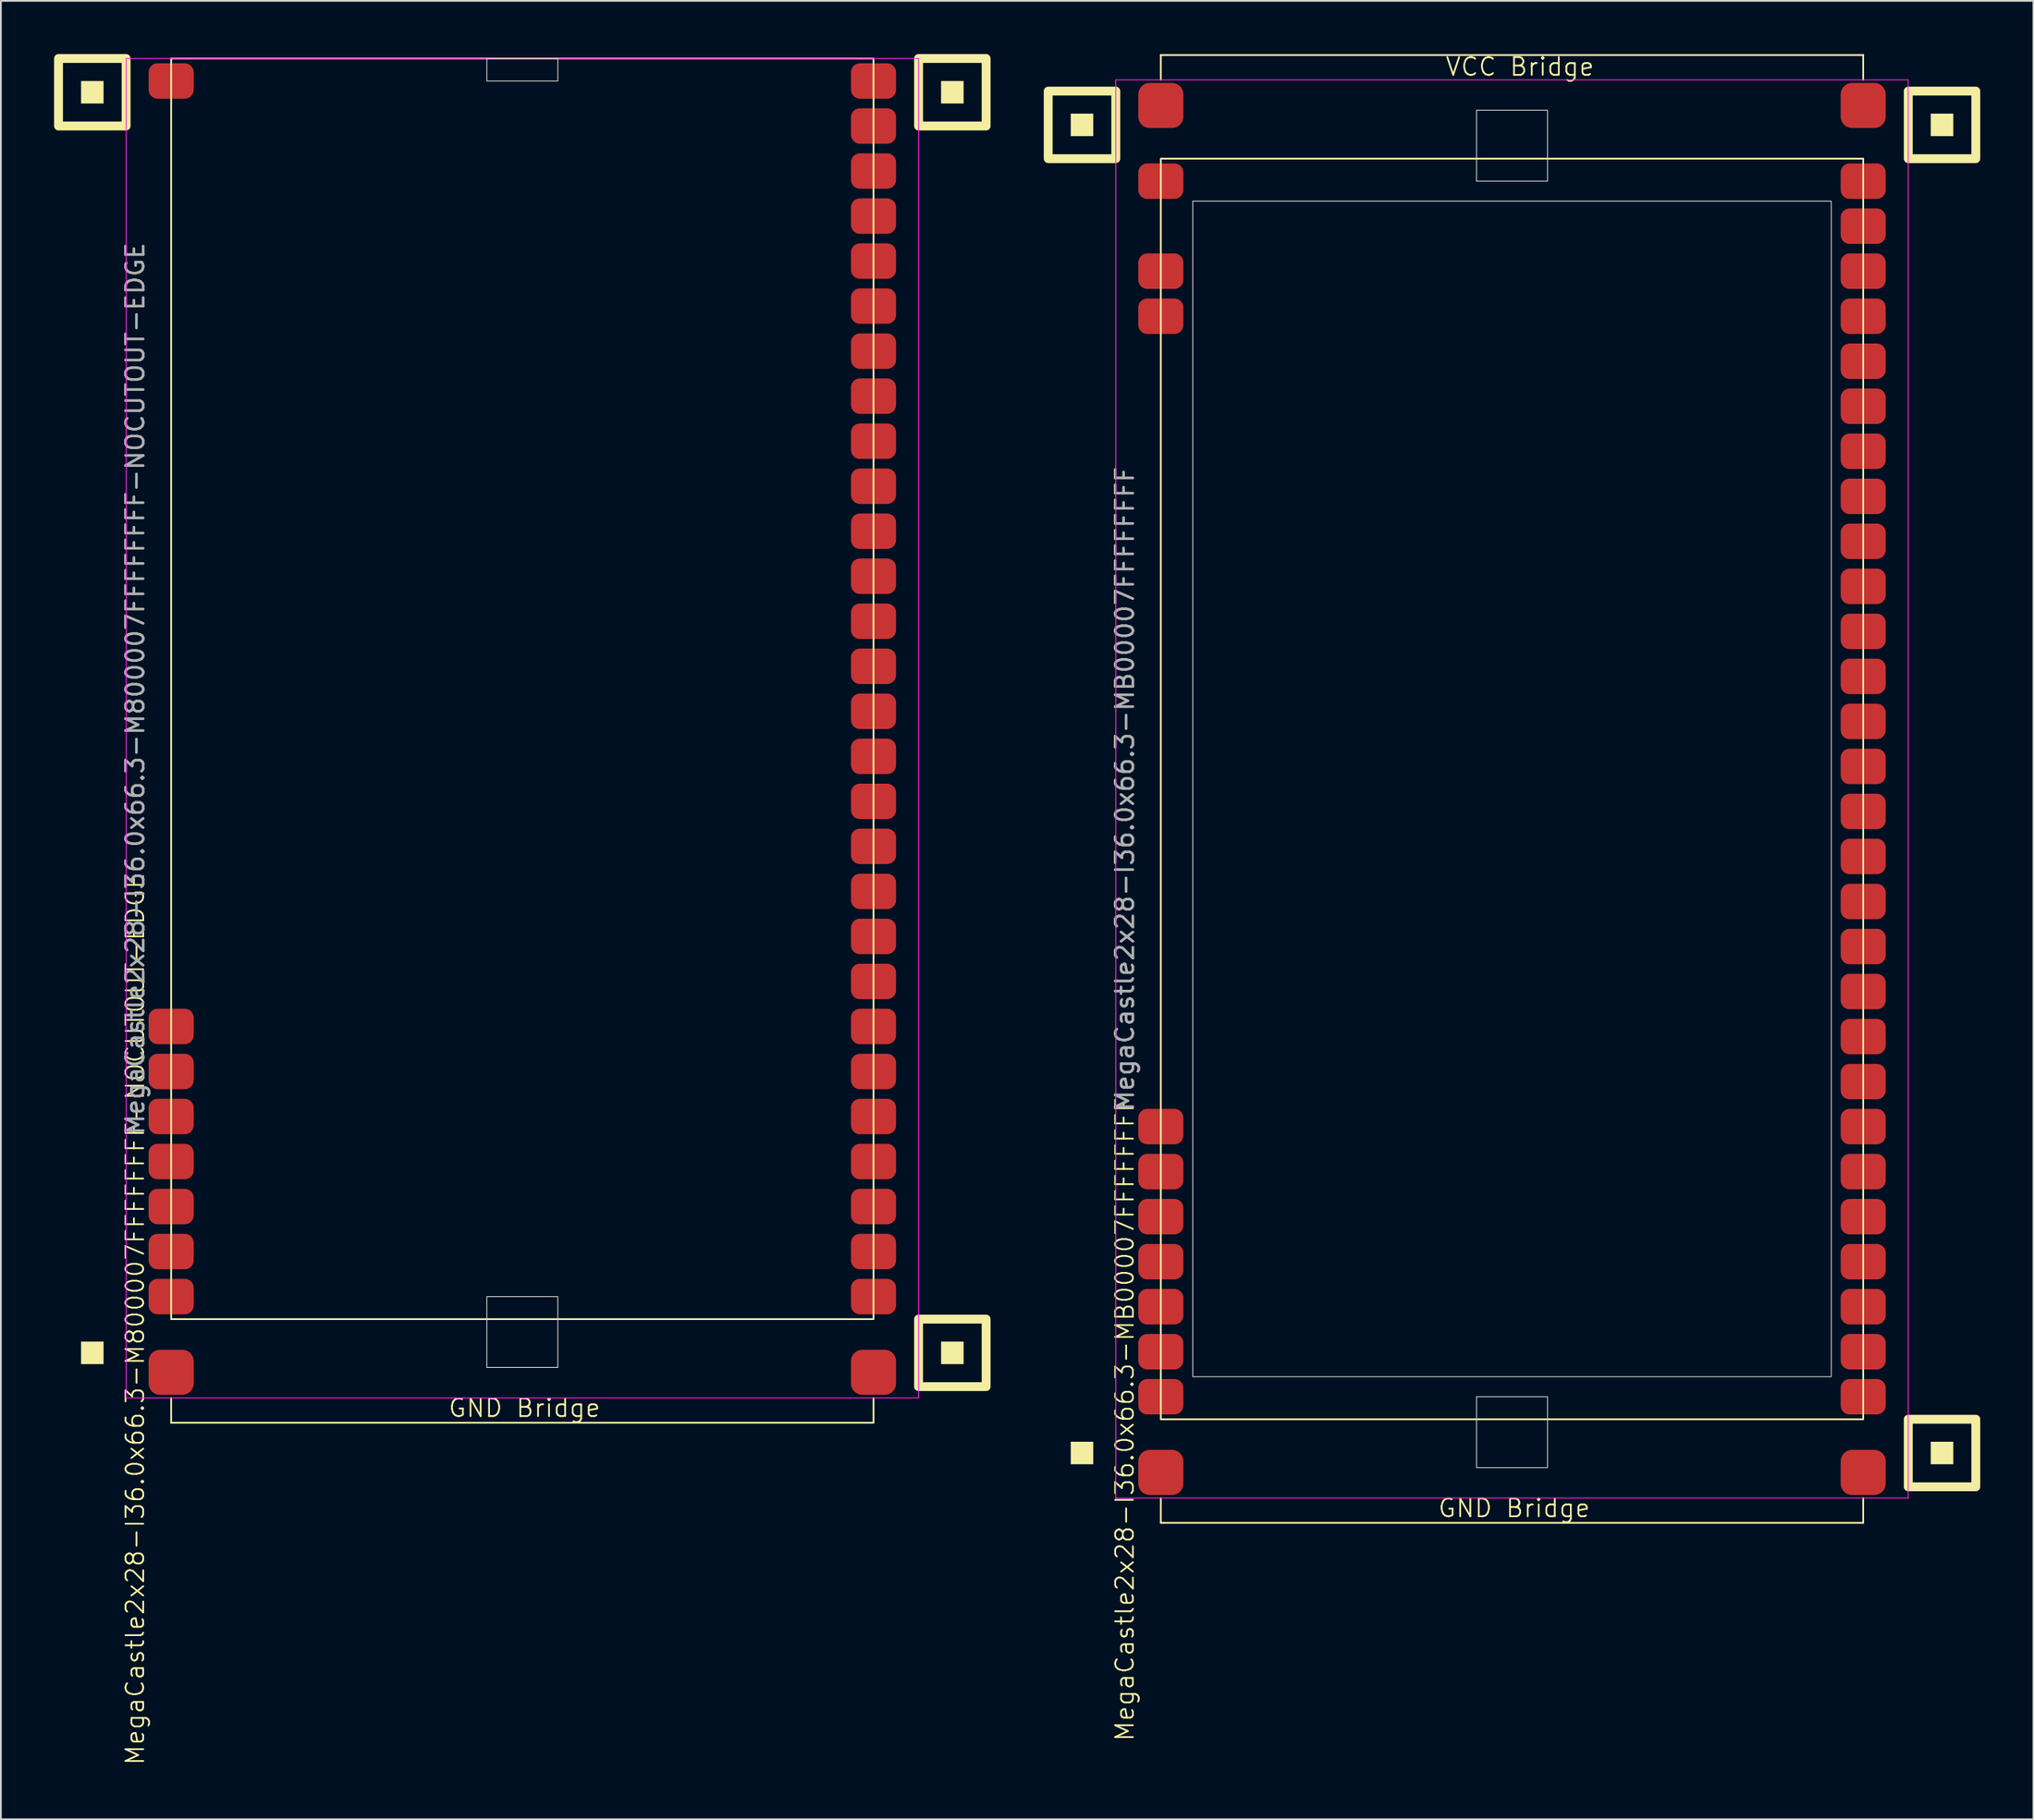
<source format=kicad_pcb>
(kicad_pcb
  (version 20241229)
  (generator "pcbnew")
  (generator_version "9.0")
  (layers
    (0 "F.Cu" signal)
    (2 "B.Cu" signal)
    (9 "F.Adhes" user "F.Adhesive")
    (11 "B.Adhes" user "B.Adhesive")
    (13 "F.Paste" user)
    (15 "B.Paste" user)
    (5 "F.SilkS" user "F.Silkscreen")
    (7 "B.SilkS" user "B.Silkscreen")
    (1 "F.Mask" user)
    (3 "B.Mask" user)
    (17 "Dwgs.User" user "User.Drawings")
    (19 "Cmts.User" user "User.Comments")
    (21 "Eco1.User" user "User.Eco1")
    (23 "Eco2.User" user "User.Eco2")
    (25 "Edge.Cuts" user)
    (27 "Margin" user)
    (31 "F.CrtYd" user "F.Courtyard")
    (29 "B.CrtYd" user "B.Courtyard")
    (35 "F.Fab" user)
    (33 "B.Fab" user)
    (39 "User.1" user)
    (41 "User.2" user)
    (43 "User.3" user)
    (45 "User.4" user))
  (footprint "MegaCastle2x28-I36.0x66.3-M800007FFFFFFFF-NOCUTOUT-EDGE"
    (layer "F.Cu")
    (at 26.4 35.81)
    (property "Reference" "MegaCastle2x28-I36.0x66.3-M800007FFFFFFFF-NOCUTOUT-EDGE" (at -21.832 35.56 90) (unlocked yes) (layer "F.SilkS") (effects (font (size 1 1) (thickness 0.1))))
    (attr smd)
    (fp_line (start -19.8 40.005) (end -19.8 41.405) (stroke (width 0.1) (type default)) (layer "F.SilkS"))
    (fp_line (start -19.8 41.405) (end 19.8 41.405) (stroke (width 0.1) (type default)) (layer "F.SilkS"))
    (fp_line (start 19.8 40.005) (end 19.8 41.405) (stroke (width 0.1) (type default)) (layer "F.SilkS"))
    (fp_rect (start -23.61 -33.02) (end -24.88 -34.29) (stroke (width 0) (type solid)) (fill yes) (layer "F.SilkS"))
    (fp_rect (start -23.61 38.1) (end -24.88 36.83) (stroke (width 0) (type solid)) (fill yes) (layer "F.SilkS"))
    (fp_rect (start -22.34 -31.75) (end -26.15 -35.56) (stroke (width 0.5) (type default)) (fill no) (layer "F.SilkS"))
    (fp_rect (start -19.8 -35.56) (end 19.8 35.56) (stroke (width 0.1) (type default)) (fill no) (layer "F.SilkS"))
    (fp_rect (start 24.88 -33.02) (end 23.61 -34.29) (stroke (width 0) (type solid)) (fill yes) (layer "F.SilkS"))
    (fp_rect (start 24.88 38.1) (end 23.61 36.83) (stroke (width 0) (type solid)) (fill yes) (layer "F.SilkS"))
    (fp_rect (start 26.15 -31.75) (end 22.34 -35.56) (stroke (width 0.5) (type default)) (fill no) (layer "F.SilkS"))
    (fp_rect (start 26.15 39.37) (end 22.34 35.56) (stroke (width 0.5) (type default)) (fill no) (layer "F.SilkS"))
    (fp_rect (start -2 -34.29) (end 2 -35.56) (stroke (width 0.05) (type default)) (fill no) (layer "Edge.Cuts"))
    (fp_rect (start -2 34.29) (end 2 38.29) (stroke (width 0.05) (type default)) (fill no) (layer "Edge.Cuts"))
    (fp_line (start -22.34 -35.56) (end -22.34 40.005) (stroke (width 0.05) (type default)) (layer "F.CrtYd"))
    (fp_line (start -22.34 40.005) (end 22.34 40.005) (stroke (width 0.05) (type default)) (layer "F.CrtYd"))
    (fp_line (start 22.34 -35.56) (end -22.34 -35.56) (stroke (width 0.05) (type default)) (layer "F.CrtYd"))
    (fp_line (start 22.34 -35.56) (end 22.34 40.005) (stroke (width 0.05) (type default)) (layer "F.CrtYd"))
    (fp_text user "GND Bridge" (at -4.226 41.16 0) (unlocked yes) (layer "F.SilkS") (effects (font (size 1 1) (thickness 0.1)) (justify left bottom)))
    (fp_text user "${REFERENCE}" (at -21.832 0 90) (unlocked yes) (layer "F.Fab") (effects (font (size 1 1) (thickness 0.15))))
    (pad "1" smd roundrect (at -19.8 -34.29) (size 2.54 2) (layers "F.Cu" "F.Mask" "F.Paste") (roundrect_rratio 0.25))
    (pad "22" smd roundrect (at -19.8 19.05) (size 2.54 2) (layers "F.Cu" "F.Mask" "F.Paste") (roundrect_rratio 0.25))
    (pad "23" smd roundrect (at -19.8 21.59) (size 2.54 2) (layers "F.Cu" "F.Mask" "F.Paste") (roundrect_rratio 0.25))
    (pad "24" smd roundrect (at -19.8 24.13) (size 2.54 2) (layers "F.Cu" "F.Mask" "F.Paste") (roundrect_rratio 0.25))
    (pad "25" smd roundrect (at -19.8 26.67) (size 2.54 2) (layers "F.Cu" "F.Mask" "F.Paste") (roundrect_rratio 0.25))
    (pad "26" smd roundrect (at -19.8 29.21) (size 2.54 2) (layers "F.Cu" "F.Mask" "F.Paste") (roundrect_rratio 0.25))
    (pad "27" smd roundrect (at -19.8 31.75) (size 2.54 2) (layers "F.Cu" "F.Mask" "F.Paste") (roundrect_rratio 0.25))
    (pad "28" smd roundrect (at -19.8 34.29) (size 2.54 2) (layers "F.Cu" "F.Mask" "F.Paste") (roundrect_rratio 0.25))
    (pad "29" smd roundrect (at 19.8 -34.29) (size 2.54 2) (layers "F.Cu" "F.Mask" "F.Paste") (roundrect_rratio 0.25))
    (pad "30" smd roundrect (at 19.8 -31.75) (size 2.54 2) (layers "F.Cu" "F.Mask" "F.Paste") (roundrect_rratio 0.25))
    (pad "31" smd roundrect (at 19.8 -29.21) (size 2.54 2) (layers "F.Cu" "F.Mask" "F.Paste") (roundrect_rratio 0.25))
    (pad "32" smd roundrect (at 19.8 -26.67) (size 2.54 2) (layers "F.Cu" "F.Mask" "F.Paste") (roundrect_rratio 0.25))
    (pad "33" smd roundrect (at 19.8 -24.13) (size 2.54 2) (layers "F.Cu" "F.Mask" "F.Paste") (roundrect_rratio 0.25))
    (pad "34" smd roundrect (at 19.8 -21.59) (size 2.54 2) (layers "F.Cu" "F.Mask" "F.Paste") (roundrect_rratio 0.25))
    (pad "35" smd roundrect (at 19.8 -19.05) (size 2.54 2) (layers "F.Cu" "F.Mask" "F.Paste") (roundrect_rratio 0.25))
    (pad "36" smd roundrect (at 19.8 -16.51) (size 2.54 2) (layers "F.Cu" "F.Mask" "F.Paste") (roundrect_rratio 0.25))
    (pad "37" smd roundrect (at 19.8 -13.97) (size 2.54 2) (layers "F.Cu" "F.Mask" "F.Paste") (roundrect_rratio 0.25))
    (pad "38" smd roundrect (at 19.8 -11.43) (size 2.54 2) (layers "F.Cu" "F.Mask" "F.Paste") (roundrect_rratio 0.25))
    (pad "39" smd roundrect (at 19.8 -8.89) (size 2.54 2) (layers "F.Cu" "F.Mask" "F.Paste") (roundrect_rratio 0.25))
    (pad "40" smd roundrect (at 19.8 -6.35) (size 2.54 2) (layers "F.Cu" "F.Mask" "F.Paste") (roundrect_rratio 0.25))
    (pad "41" smd roundrect (at 19.8 -3.81) (size 2.54 2) (layers "F.Cu" "F.Mask" "F.Paste") (roundrect_rratio 0.25))
    (pad "42" smd roundrect (at 19.8 -1.27) (size 2.54 2) (layers "F.Cu" "F.Mask" "F.Paste") (roundrect_rratio 0.25))
    (pad "43" smd roundrect (at 19.8 1.27) (size 2.54 2) (layers "F.Cu" "F.Mask" "F.Paste") (roundrect_rratio 0.25))
    (pad "44" smd roundrect (at 19.8 3.81) (size 2.54 2) (layers "F.Cu" "F.Mask" "F.Paste") (roundrect_rratio 0.25))
    (pad "45" smd roundrect (at 19.8 6.35) (size 2.54 2) (layers "F.Cu" "F.Mask" "F.Paste") (roundrect_rratio 0.25))
    (pad "46" smd roundrect (at 19.8 8.89) (size 2.54 2) (layers "F.Cu" "F.Mask" "F.Paste") (roundrect_rratio 0.25))
    (pad "47" smd roundrect (at 19.8 11.43) (size 2.54 2) (layers "F.Cu" "F.Mask" "F.Paste") (roundrect_rratio 0.25))
    (pad "48" smd roundrect (at 19.8 13.97) (size 2.54 2) (layers "F.Cu" "F.Mask" "F.Paste") (roundrect_rratio 0.25))
    (pad "49" smd roundrect (at 19.8 16.51) (size 2.54 2) (layers "F.Cu" "F.Mask" "F.Paste") (roundrect_rratio 0.25))
    (pad "50" smd roundrect (at 19.8 19.05) (size 2.54 2) (layers "F.Cu" "F.Mask" "F.Paste") (roundrect_rratio 0.25))
    (pad "51" smd roundrect (at 19.8 21.59) (size 2.54 2) (layers "F.Cu" "F.Mask" "F.Paste") (roundrect_rratio 0.25))
    (pad "52" smd roundrect (at 19.8 24.13) (size 2.54 2) (layers "F.Cu" "F.Mask" "F.Paste") (roundrect_rratio 0.25))
    (pad "53" smd roundrect (at 19.8 26.67) (size 2.54 2) (layers "F.Cu" "F.Mask" "F.Paste") (roundrect_rratio 0.25))
    (pad "54" smd roundrect (at 19.8 29.21) (size 2.54 2) (layers "F.Cu" "F.Mask" "F.Paste") (roundrect_rratio 0.25))
    (pad "55" smd roundrect (at 19.8 31.75) (size 2.54 2) (layers "F.Cu" "F.Mask" "F.Paste") (roundrect_rratio 0.25))
    (pad "56" smd roundrect (at 19.8 34.29) (size 2.54 2) (layers "F.Cu" "F.Mask" "F.Paste") (roundrect_rratio 0.25))
    (pad "B1" smd roundrect (at -19.8 38.56) (size 2.54 2.54) (layers "F.Cu" "F.Mask" "F.Paste") (roundrect_rratio 0.25))
    (pad "B2" smd roundrect (at 19.8 38.56) (size 2.54 2.54) (layers "F.Cu" "F.Mask" "F.Paste") (roundrect_rratio 0.25)))
  (footprint "MegaCastle2x28-I36.0x66.3-MB00007FFFFFFFF"
    (layer "F.Cu")
    (at 82.2 41.46)
    (property "Reference" "MegaCastle2x28-I36.0x66.3-MB00007FFFFFFFF" (at -21.832 35.56 90) (unlocked yes) (layer "F.SilkS") (effects (font (size 1 1) (thickness 0.1))))
    (attr smd)
    (fp_line (start -19.8 -41.405) (end 19.8 -41.405) (stroke (width 0.1) (type default)) (layer "F.SilkS"))
    (fp_line (start -19.8 -40.005) (end -19.8 -41.405) (stroke (width 0.1) (type default)) (layer "F.SilkS"))
    (fp_line (start -19.8 40.005) (end -19.8 41.405) (stroke (width 0.1) (type default)) (layer "F.SilkS"))
    (fp_line (start -19.8 41.405) (end 19.8 41.405) (stroke (width 0.1) (type default)) (layer "F.SilkS"))
    (fp_line (start 19.8 -40.005) (end 19.8 -41.405) (stroke (width 0.1) (type default)) (layer "F.SilkS"))
    (fp_line (start 19.8 40.005) (end 19.8 41.405) (stroke (width 0.1) (type default)) (layer "F.SilkS"))
    (fp_rect (start -23.61 -36.83) (end -24.88 -38.1) (stroke (width 0) (type solid)) (fill yes) (layer "F.SilkS"))
    (fp_rect (start -23.61 38.1) (end -24.88 36.83) (stroke (width 0) (type solid)) (fill yes) (layer "F.SilkS"))
    (fp_rect (start -22.34 -35.56) (end -26.15 -39.37) (stroke (width 0.5) (type default)) (fill no) (layer "F.SilkS"))
    (fp_rect (start -19.8 -35.56) (end 19.8 35.56) (stroke (width 0.1) (type default)) (fill no) (layer "F.SilkS"))
    (fp_rect (start 24.88 -36.83) (end 23.61 -38.1) (stroke (width 0) (type solid)) (fill yes) (layer "F.SilkS"))
    (fp_rect (start 24.88 38.1) (end 23.61 36.83) (stroke (width 0) (type solid)) (fill yes) (layer "F.SilkS"))
    (fp_rect (start 26.15 -35.56) (end 22.34 -39.37) (stroke (width 0.5) (type default)) (fill no) (layer "F.SilkS"))
    (fp_rect (start 26.15 39.37) (end 22.34 35.56) (stroke (width 0.5) (type default)) (fill no) (layer "F.SilkS"))
    (fp_rect (start -18 -33.16) (end 18 33.16) (stroke (width 0.05) (type default)) (fill no) (layer "Edge.Cuts"))
    (fp_rect (start -2 -34.29) (end 2 -38.29) (stroke (width 0.05) (type default)) (fill no) (layer "Edge.Cuts"))
    (fp_rect (start -2 34.29) (end 2 38.29) (stroke (width 0.05) (type default)) (fill no) (layer "Edge.Cuts"))
    (fp_line (start -22.34 -40.005) (end -22.34 40.005) (stroke (width 0.05) (type default)) (layer "F.CrtYd"))
    (fp_line (start -22.34 40.005) (end 22.34 40.005) (stroke (width 0.05) (type default)) (layer "F.CrtYd"))
    (fp_line (start 22.34 -40.005) (end -22.34 -40.005) (stroke (width 0.05) (type default)) (layer "F.CrtYd"))
    (fp_line (start 22.34 -40.005) (end 22.34 40.005) (stroke (width 0.05) (type default)) (layer "F.CrtYd"))
    (fp_text user "VCC Bridge" (at -3.81 -40.16 0) (unlocked yes) (layer "F.SilkS") (effects (font (size 1 1) (thickness 0.1)) (justify left bottom)))
    (fp_text user "GND Bridge" (at -4.226 41.16 0) (unlocked yes) (layer "F.SilkS") (effects (font (size 1 1) (thickness 0.1)) (justify left bottom)))
    (fp_text user "${REFERENCE}" (at -21.832 0 90) (unlocked yes) (layer "F.Fab") (effects (font (size 1 1) (thickness 0.15))))
    (pad "1" smd roundrect (at -19.8 -34.29) (size 2.54 2) (layers "F.Cu" "F.Mask" "F.Paste") (roundrect_rratio 0.25))
    (pad "3" smd roundrect (at -19.8 -29.21) (size 2.54 2) (layers "F.Cu" "F.Mask" "F.Paste") (roundrect_rratio 0.25))
    (pad "4" smd roundrect (at -19.8 -26.67) (size 2.54 2) (layers "F.Cu" "F.Mask" "F.Paste") (roundrect_rratio 0.25))
    (pad "22" smd roundrect (at -19.8 19.05) (size 2.54 2) (layers "F.Cu" "F.Mask" "F.Paste") (roundrect_rratio 0.25))
    (pad "23" smd roundrect (at -19.8 21.59) (size 2.54 2) (layers "F.Cu" "F.Mask" "F.Paste") (roundrect_rratio 0.25))
    (pad "24" smd roundrect (at -19.8 24.13) (size 2.54 2) (layers "F.Cu" "F.Mask" "F.Paste") (roundrect_rratio 0.25))
    (pad "25" smd roundrect (at -19.8 26.67) (size 2.54 2) (layers "F.Cu" "F.Mask" "F.Paste") (roundrect_rratio 0.25))
    (pad "26" smd roundrect (at -19.8 29.21) (size 2.54 2) (layers "F.Cu" "F.Mask" "F.Paste") (roundrect_rratio 0.25))
    (pad "27" smd roundrect (at -19.8 31.75) (size 2.54 2) (layers "F.Cu" "F.Mask" "F.Paste") (roundrect_rratio 0.25))
    (pad "28" smd roundrect (at -19.8 34.29) (size 2.54 2) (layers "F.Cu" "F.Mask" "F.Paste") (roundrect_rratio 0.25))
    (pad "29" smd roundrect (at 19.8 -34.29) (size 2.54 2) (layers "F.Cu" "F.Mask" "F.Paste") (roundrect_rratio 0.25))
    (pad "30" smd roundrect (at 19.8 -31.75) (size 2.54 2) (layers "F.Cu" "F.Mask" "F.Paste") (roundrect_rratio 0.25))
    (pad "31" smd roundrect (at 19.8 -29.21) (size 2.54 2) (layers "F.Cu" "F.Mask" "F.Paste") (roundrect_rratio 0.25))
    (pad "32" smd roundrect (at 19.8 -26.67) (size 2.54 2) (layers "F.Cu" "F.Mask" "F.Paste") (roundrect_rratio 0.25))
    (pad "33" smd roundrect (at 19.8 -24.13) (size 2.54 2) (layers "F.Cu" "F.Mask" "F.Paste") (roundrect_rratio 0.25))
    (pad "34" smd roundrect (at 19.8 -21.59) (size 2.54 2) (layers "F.Cu" "F.Mask" "F.Paste") (roundrect_rratio 0.25))
    (pad "35" smd roundrect (at 19.8 -19.05) (size 2.54 2) (layers "F.Cu" "F.Mask" "F.Paste") (roundrect_rratio 0.25))
    (pad "36" smd roundrect (at 19.8 -16.51) (size 2.54 2) (layers "F.Cu" "F.Mask" "F.Paste") (roundrect_rratio 0.25))
    (pad "37" smd roundrect (at 19.8 -13.97) (size 2.54 2) (layers "F.Cu" "F.Mask" "F.Paste") (roundrect_rratio 0.25))
    (pad "38" smd roundrect (at 19.8 -11.43) (size 2.54 2) (layers "F.Cu" "F.Mask" "F.Paste") (roundrect_rratio 0.25))
    (pad "39" smd roundrect (at 19.8 -8.89) (size 2.54 2) (layers "F.Cu" "F.Mask" "F.Paste") (roundrect_rratio 0.25))
    (pad "40" smd roundrect (at 19.8 -6.35) (size 2.54 2) (layers "F.Cu" "F.Mask" "F.Paste") (roundrect_rratio 0.25))
    (pad "41" smd roundrect (at 19.8 -3.81) (size 2.54 2) (layers "F.Cu" "F.Mask" "F.Paste") (roundrect_rratio 0.25))
    (pad "42" smd roundrect (at 19.8 -1.27) (size 2.54 2) (layers "F.Cu" "F.Mask" "F.Paste") (roundrect_rratio 0.25))
    (pad "43" smd roundrect (at 19.8 1.27) (size 2.54 2) (layers "F.Cu" "F.Mask" "F.Paste") (roundrect_rratio 0.25))
    (pad "44" smd roundrect (at 19.8 3.81) (size 2.54 2) (layers "F.Cu" "F.Mask" "F.Paste") (roundrect_rratio 0.25))
    (pad "45" smd roundrect (at 19.8 6.35) (size 2.54 2) (layers "F.Cu" "F.Mask" "F.Paste") (roundrect_rratio 0.25))
    (pad "46" smd roundrect (at 19.8 8.89) (size 2.54 2) (layers "F.Cu" "F.Mask" "F.Paste") (roundrect_rratio 0.25))
    (pad "47" smd roundrect (at 19.8 11.43) (size 2.54 2) (layers "F.Cu" "F.Mask" "F.Paste") (roundrect_rratio 0.25))
    (pad "48" smd roundrect (at 19.8 13.97) (size 2.54 2) (layers "F.Cu" "F.Mask" "F.Paste") (roundrect_rratio 0.25))
    (pad "49" smd roundrect (at 19.8 16.51) (size 2.54 2) (layers "F.Cu" "F.Mask" "F.Paste") (roundrect_rratio 0.25))
    (pad "50" smd roundrect (at 19.8 19.05) (size 2.54 2) (layers "F.Cu" "F.Mask" "F.Paste") (roundrect_rratio 0.25))
    (pad "51" smd roundrect (at 19.8 21.59) (size 2.54 2) (layers "F.Cu" "F.Mask" "F.Paste") (roundrect_rratio 0.25))
    (pad "52" smd roundrect (at 19.8 24.13) (size 2.54 2) (layers "F.Cu" "F.Mask" "F.Paste") (roundrect_rratio 0.25))
    (pad "53" smd roundrect (at 19.8 26.67) (size 2.54 2) (layers "F.Cu" "F.Mask" "F.Paste") (roundrect_rratio 0.25))
    (pad "54" smd roundrect (at 19.8 29.21) (size 2.54 2) (layers "F.Cu" "F.Mask" "F.Paste") (roundrect_rratio 0.25))
    (pad "55" smd roundrect (at 19.8 31.75) (size 2.54 2) (layers "F.Cu" "F.Mask" "F.Paste") (roundrect_rratio 0.25))
    (pad "56" smd roundrect (at 19.8 34.29) (size 2.54 2) (layers "F.Cu" "F.Mask" "F.Paste") (roundrect_rratio 0.25))
    (pad "A1" smd roundrect (at -19.8 -38.56) (size 2.54 2.54) (layers "F.Cu" "F.Mask" "F.Paste") (roundrect_rratio 0.25))
    (pad "A2" smd roundrect (at 19.8 -38.56) (size 2.54 2.54) (layers "F.Cu" "F.Mask" "F.Paste") (roundrect_rratio 0.25))
    (pad "B1" smd roundrect (at -19.8 38.56) (size 2.54 2.54) (layers "F.Cu" "F.Mask" "F.Paste") (roundrect_rratio 0.25))
    (pad "B2" smd roundrect (at 19.8 38.56) (size 2.54 2.54) (layers "F.Cu" "F.Mask" "F.Paste") (roundrect_rratio 0.25)))
  (gr_rect
    (start -3 -3)
    (end 111.6 99.587)
    (stroke (width 0.1) (type default))
    (fill no)
    (layer "Edge.Cuts")))
</source>
